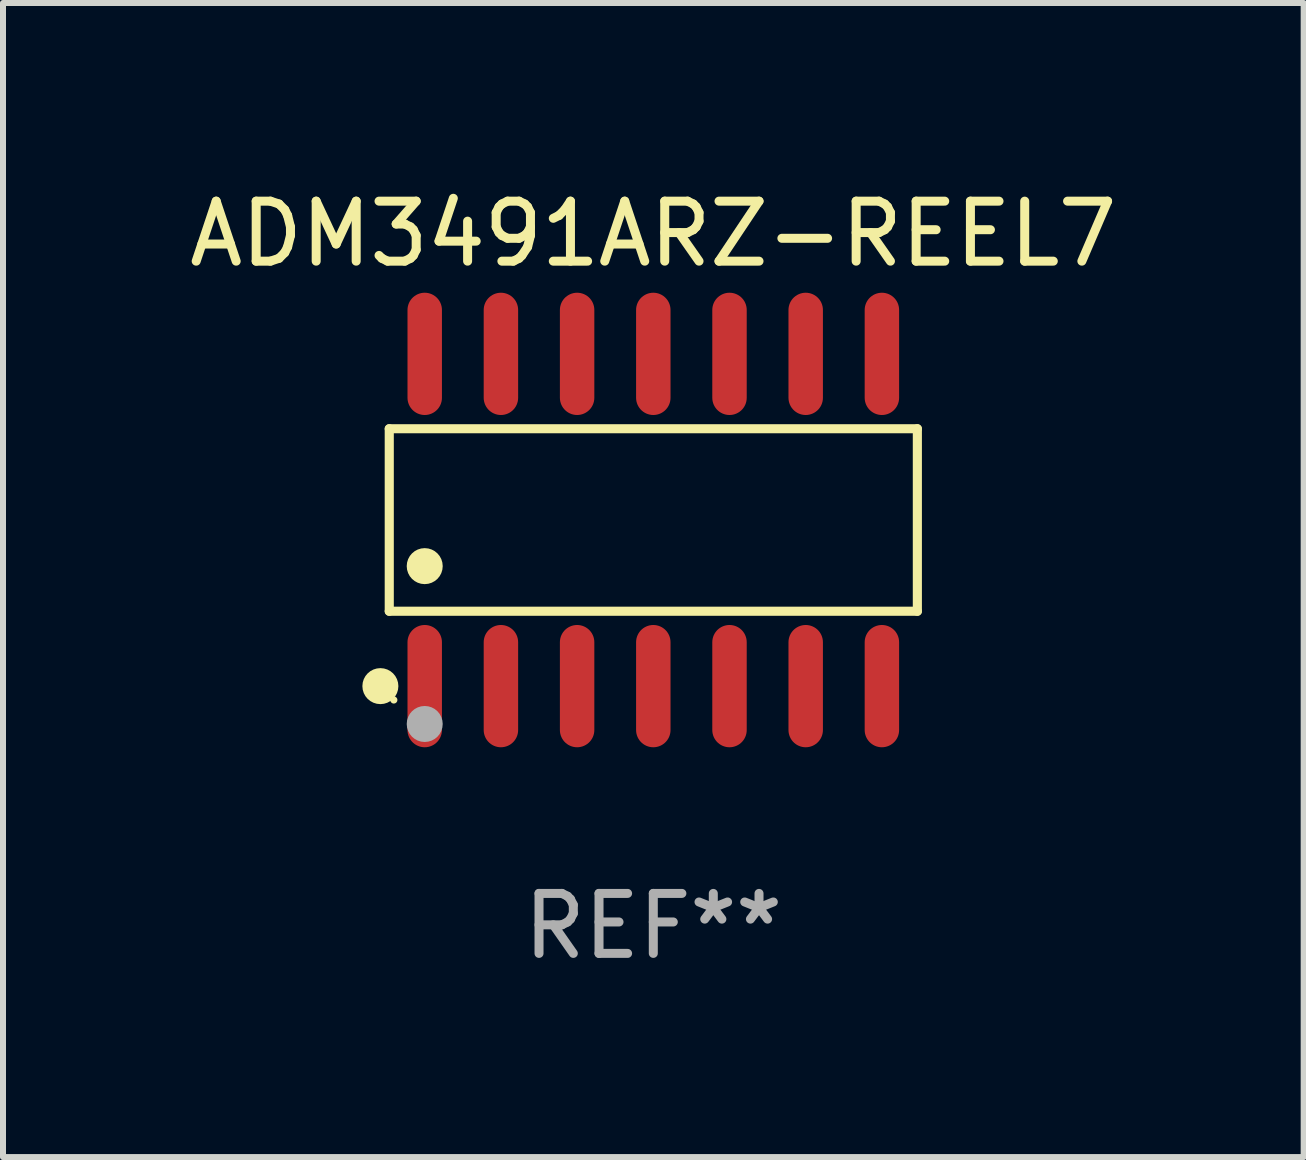
<source format=kicad_pcb>
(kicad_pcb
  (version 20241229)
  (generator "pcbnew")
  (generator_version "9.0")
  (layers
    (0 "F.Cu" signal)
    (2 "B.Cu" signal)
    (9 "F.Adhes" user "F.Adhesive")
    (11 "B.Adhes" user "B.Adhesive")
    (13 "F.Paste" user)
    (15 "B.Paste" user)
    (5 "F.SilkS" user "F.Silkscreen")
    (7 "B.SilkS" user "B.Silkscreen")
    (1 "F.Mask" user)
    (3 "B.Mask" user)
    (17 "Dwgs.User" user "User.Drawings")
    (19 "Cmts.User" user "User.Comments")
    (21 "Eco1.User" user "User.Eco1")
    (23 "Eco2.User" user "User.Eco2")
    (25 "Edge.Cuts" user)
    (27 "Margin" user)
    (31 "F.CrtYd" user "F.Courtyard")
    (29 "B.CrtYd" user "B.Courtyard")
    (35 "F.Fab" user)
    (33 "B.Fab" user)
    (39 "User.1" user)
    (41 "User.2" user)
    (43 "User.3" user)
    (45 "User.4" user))
  (footprint "ADM3491ARZ-REEL7"
    (layer "F.Cu")
    (at 7.839 5.617)
    (property "Reference" "ADM3491ARZ-REEL7" (at 0 -4.769 0) (layer "F.SilkS") (effects (font (size 1 1) (thickness 0.15))))
    (attr through_hole)
    (fp_line (start -4.401 -1.521) (end 4.401 -1.521) (stroke (width 0.152) (type solid)) (layer "F.SilkS"))
    (fp_line (start -4.401 1.521) (end -4.401 -1.521) (stroke (width 0.152) (type solid)) (layer "F.SilkS"))
    (fp_line (start 4.401 -1.521) (end 4.401 1.521) (stroke (width 0.152) (type solid)) (layer "F.SilkS"))
    (fp_line (start 4.401 1.521) (end -4.401 1.521) (stroke (width 0.152) (type solid)) (layer "F.SilkS"))
    (fp_circle (center -4.549 2.769) (end -4.399 2.769) (stroke (width 0.3) (type solid)) (fill no) (layer "F.SilkS"))
    (fp_circle (center -4.325 3) (end -4.295 3) (stroke (width 0.06) (type solid)) (fill no) (layer "F.SilkS"))
    (fp_circle (center -3.81 0.769) (end -3.66 0.769) (stroke (width 0.3) (type solid)) (fill no) (layer "F.SilkS"))
    (fp_circle (center -3.81 3.4) (end -3.66 3.4) (stroke (width 0.3) (type solid)) (fill no) (layer "F.Fab"))
    (fp_text user "REF**" (at 0 6.769 0) (layer "F.Fab") (effects (font (size 1 1) (thickness 0.15))))
    (pad "1" smd oval (at -3.81 2.769) (size 0.574 2.038) (layers "F.Cu" "F.Mask" "F.Paste"))
    (pad "2" smd oval (at -2.54 2.769) (size 0.574 2.038) (layers "F.Cu" "F.Mask" "F.Paste"))
    (pad "3" smd oval (at -1.27 2.769) (size 0.574 2.038) (layers "F.Cu" "F.Mask" "F.Paste"))
    (pad "4" smd oval (at 0 2.769) (size 0.574 2.038) (layers "F.Cu" "F.Mask" "F.Paste"))
    (pad "5" smd oval (at 1.27 2.769) (size 0.574 2.038) (layers "F.Cu" "F.Mask" "F.Paste"))
    (pad "6" smd oval (at 2.54 2.769) (size 0.574 2.038) (layers "F.Cu" "F.Mask" "F.Paste"))
    (pad "7" smd oval (at 3.81 2.769) (size 0.574 2.038) (layers "F.Cu" "F.Mask" "F.Paste"))
    (pad "8" smd oval (at 3.81 -2.769) (size 0.574 2.038) (layers "F.Cu" "F.Mask" "F.Paste"))
    (pad "9" smd oval (at 2.54 -2.769) (size 0.574 2.038) (layers "F.Cu" "F.Mask" "F.Paste"))
    (pad "10" smd oval (at 1.27 -2.769) (size 0.574 2.038) (layers "F.Cu" "F.Mask" "F.Paste"))
    (pad "11" smd oval (at 0 -2.769) (size 0.574 2.038) (layers "F.Cu" "F.Mask" "F.Paste"))
    (pad "12" smd oval (at -1.27 -2.769) (size 0.574 2.038) (layers "F.Cu" "F.Mask" "F.Paste"))
    (pad "13" smd oval (at -2.54 -2.769) (size 0.574 2.038) (layers "F.Cu" "F.Mask" "F.Paste"))
    (pad "14" smd oval (at -3.81 -2.769) (size 0.574 2.038) (layers "F.Cu" "F.Mask" "F.Paste")))
  (gr_rect
    (start -3 -3)
    (end 18.679 16.235)
    (stroke (width 0.1) (type default))
    (fill no)
    (layer "Edge.Cuts")))
</source>
